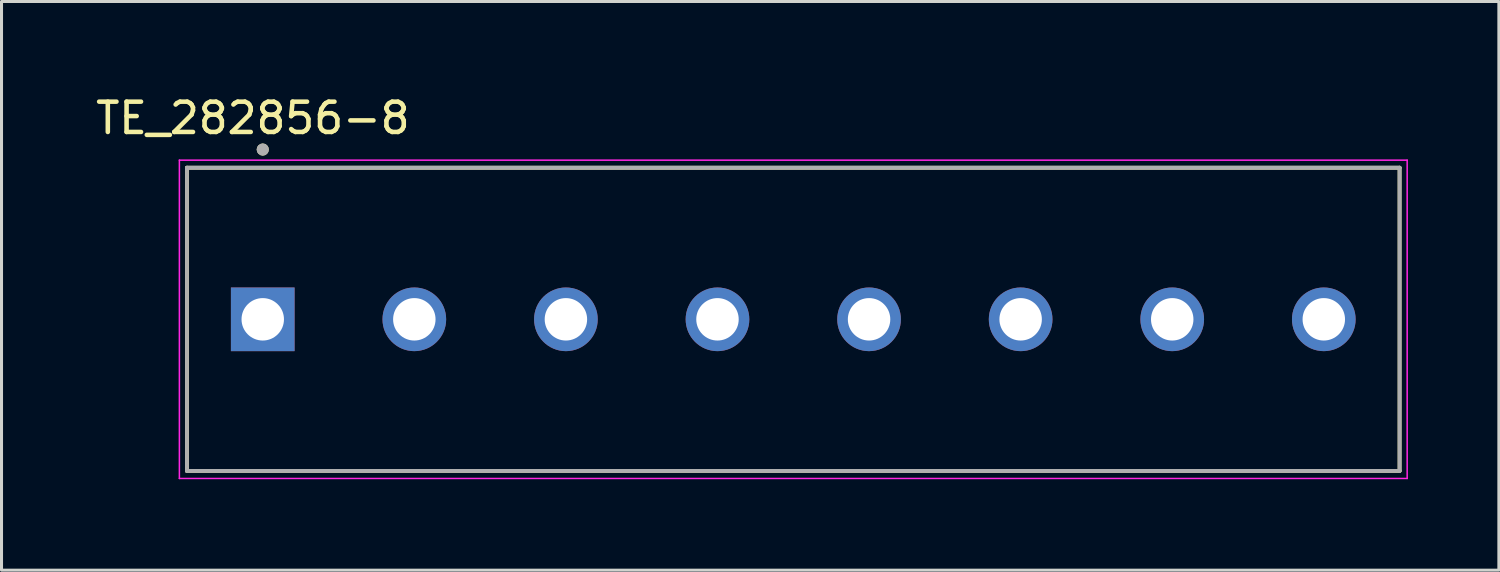
<source format=kicad_pcb>
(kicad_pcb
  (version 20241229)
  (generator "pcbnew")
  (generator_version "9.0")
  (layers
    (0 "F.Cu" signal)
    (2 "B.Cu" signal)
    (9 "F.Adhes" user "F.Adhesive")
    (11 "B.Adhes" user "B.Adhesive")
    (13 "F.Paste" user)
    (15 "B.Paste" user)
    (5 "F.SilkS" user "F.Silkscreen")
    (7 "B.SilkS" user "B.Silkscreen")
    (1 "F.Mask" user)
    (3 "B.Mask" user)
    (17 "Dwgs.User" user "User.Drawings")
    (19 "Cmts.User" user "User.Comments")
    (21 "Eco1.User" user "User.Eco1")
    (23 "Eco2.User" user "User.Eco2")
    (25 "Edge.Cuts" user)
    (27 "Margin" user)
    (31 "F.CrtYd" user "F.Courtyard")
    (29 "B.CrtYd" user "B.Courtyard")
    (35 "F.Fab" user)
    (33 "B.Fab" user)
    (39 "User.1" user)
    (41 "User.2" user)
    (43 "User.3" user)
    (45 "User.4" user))
  (footprint "TE_282856-8"
    (layer "F.Cu")
    (at 23.117 7.483)
    (property "Reference" "TE_282856-8" (at -17.825 -6.635 0) (layer "F.SilkS") (effects (font (size 1 1) (thickness 0.15))))
    (attr through_hole)
    (fp_line (start -20 -5) (end 20 -5) (stroke (width 0.127) (type solid)) (layer "F.SilkS"))
    (fp_line (start -20 5) (end -20 -5) (stroke (width 0.127) (type solid)) (layer "F.SilkS"))
    (fp_line (start 20 -5) (end 20 5) (stroke (width 0.127) (type solid)) (layer "F.SilkS"))
    (fp_line (start 20 5) (end -20 5) (stroke (width 0.127) (type solid)) (layer "F.SilkS"))
    (fp_circle (center -17.5 -5.6) (end -17.4 -5.6) (stroke (width 0.2) (type solid)) (fill no) (layer "F.SilkS"))
    (fp_line (start -20.25 -5.25) (end 20.25 -5.25) (stroke (width 0.05) (type solid)) (layer "F.CrtYd"))
    (fp_line (start -20.25 5.25) (end -20.25 -5.25) (stroke (width 0.05) (type solid)) (layer "F.CrtYd"))
    (fp_line (start 20.25 -5.25) (end 20.25 5.25) (stroke (width 0.05) (type solid)) (layer "F.CrtYd"))
    (fp_line (start 20.25 5.25) (end -20.25 5.25) (stroke (width 0.05) (type solid)) (layer "F.CrtYd"))
    (fp_line (start -20 -5) (end 20 -5) (stroke (width 0.127) (type solid)) (layer "F.Fab"))
    (fp_line (start -20 5) (end -20 -5) (stroke (width 0.127) (type solid)) (layer "F.Fab"))
    (fp_line (start 20 -5) (end 20 5) (stroke (width 0.127) (type solid)) (layer "F.Fab"))
    (fp_line (start 20 5) (end -20 5) (stroke (width 0.127) (type solid)) (layer "F.Fab"))
    (fp_circle (center -17.5 -5.6) (end -17.4 -5.6) (stroke (width 0.2) (type solid)) (fill no) (layer "F.Fab"))
    (pad "1" thru_hole rect (at -17.5 0) (size 2.1 2.1) (drill 1.4) (layers "*.Cu" "*.Mask"))
    (pad "2" thru_hole circle (at -12.5 0) (size 2.1 2.1) (drill 1.4) (layers "*.Cu" "*.Mask"))
    (pad "3" thru_hole circle (at -7.5 0) (size 2.1 2.1) (drill 1.4) (layers "*.Cu" "*.Mask"))
    (pad "4" thru_hole circle (at -2.5 0) (size 2.1 2.1) (drill 1.4) (layers "*.Cu" "*.Mask"))
    (pad "5" thru_hole circle (at 2.5 0) (size 2.1 2.1) (drill 1.4) (layers "*.Cu" "*.Mask"))
    (pad "6" thru_hole circle (at 7.5 0) (size 2.1 2.1) (drill 1.4) (layers "*.Cu" "*.Mask"))
    (pad "7" thru_hole circle (at 12.5 0) (size 2.1 2.1) (drill 1.4) (layers "*.Cu" "*.Mask"))
    (pad "8" thru_hole circle (at 17.5 0) (size 2.1 2.1) (drill 1.4) (layers "*.Cu" "*.Mask")))
  (gr_rect
    (start -3 -3)
    (end 46.392 15.758)
    (stroke (width 0.1) (type default))
    (fill no)
    (layer "Edge.Cuts")))
</source>
